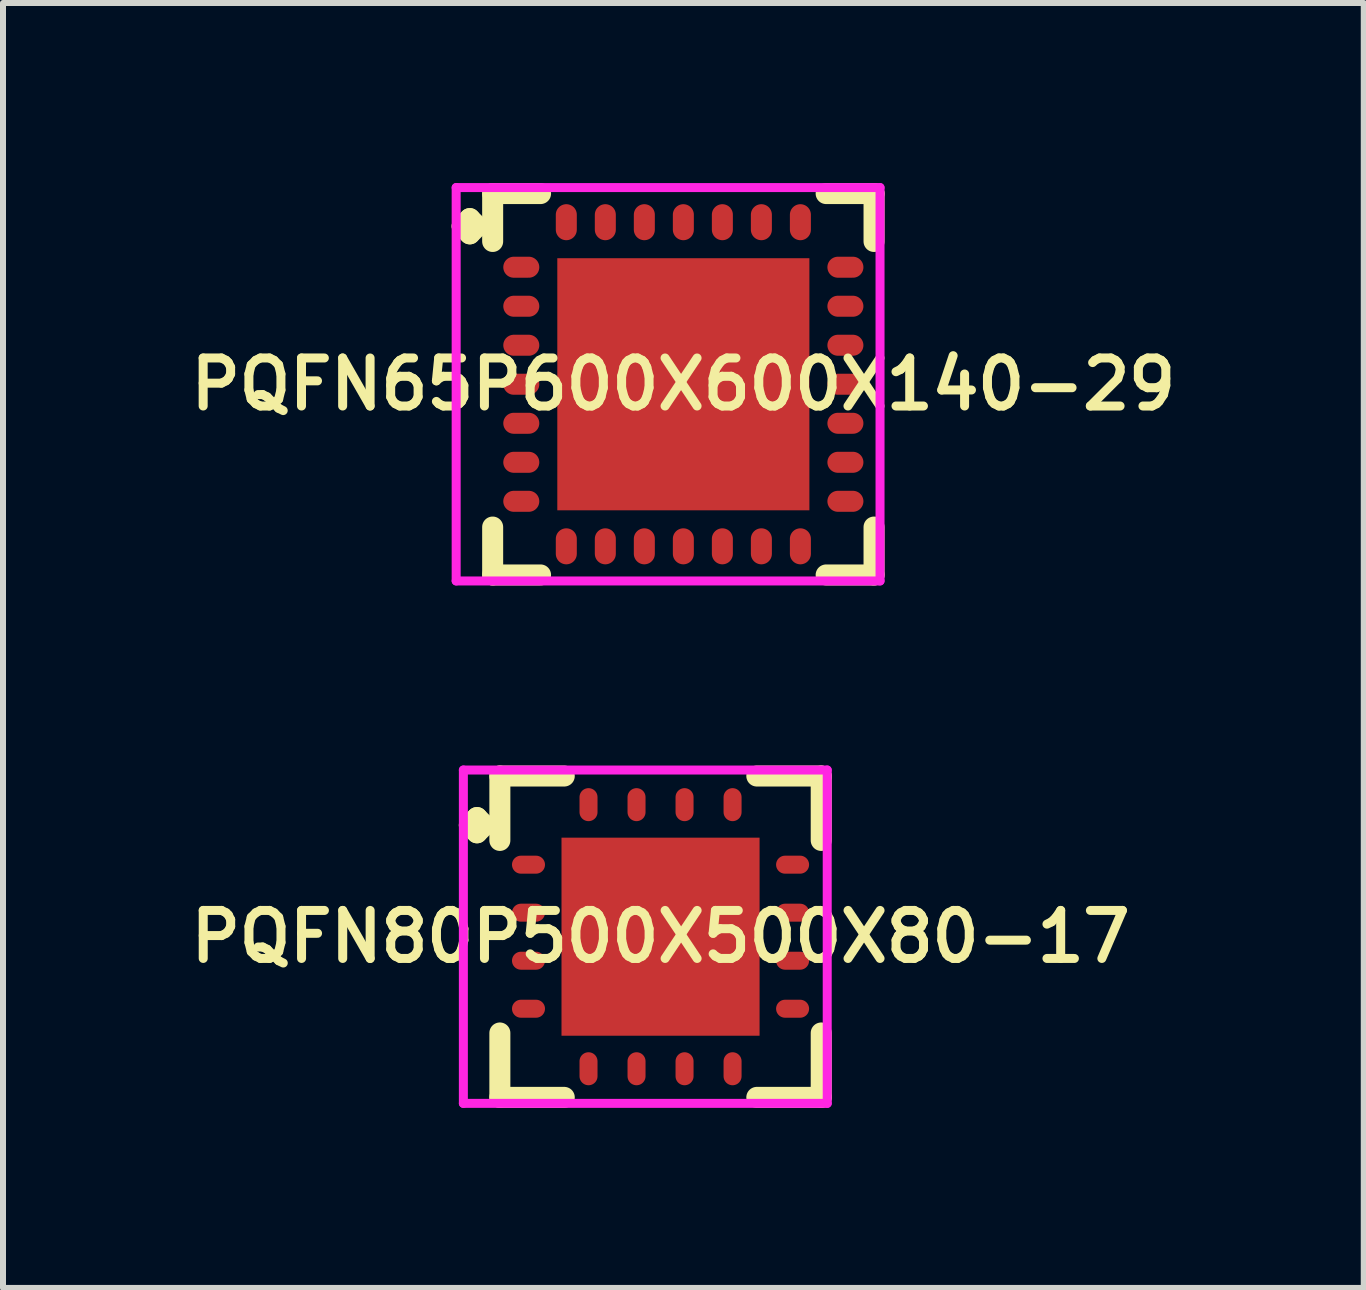
<source format=kicad_pcb>
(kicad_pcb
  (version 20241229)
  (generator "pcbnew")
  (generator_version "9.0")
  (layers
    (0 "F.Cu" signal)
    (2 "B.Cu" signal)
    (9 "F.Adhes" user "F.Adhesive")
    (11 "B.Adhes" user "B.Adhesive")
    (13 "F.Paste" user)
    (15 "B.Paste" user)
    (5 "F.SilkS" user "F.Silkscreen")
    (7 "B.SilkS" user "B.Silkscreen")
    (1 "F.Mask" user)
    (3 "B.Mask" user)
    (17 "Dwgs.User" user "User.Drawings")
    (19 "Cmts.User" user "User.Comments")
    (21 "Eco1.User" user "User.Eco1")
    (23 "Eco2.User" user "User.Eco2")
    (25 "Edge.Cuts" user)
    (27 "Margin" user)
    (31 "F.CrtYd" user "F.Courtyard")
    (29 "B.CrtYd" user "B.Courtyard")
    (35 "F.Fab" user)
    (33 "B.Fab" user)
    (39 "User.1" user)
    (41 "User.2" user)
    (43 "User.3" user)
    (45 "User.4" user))
  (footprint "PQFN80P500X500X80-17"
    (layer "F.Cu")
    (at 7.955 12.556)
    (property "Reference" "PQFN80P500X500X80-17" (at 0 0 0) (layer "F.SilkS") (effects (font (size 0.8 0.8) (thickness 0.15))))
    (attr smd)
    (fp_line (start -3.185 -1.858) (end -3.058 -1.985) (stroke (width 0.35) (type solid)) (layer "F.SilkS"))
    (fp_line (start -3.058 -1.985) (end -2.931 -1.858) (stroke (width 0.35) (type solid)) (layer "F.SilkS"))
    (fp_line (start -3.058 -1.731) (end -3.185 -1.858) (stroke (width 0.35) (type solid)) (layer "F.SilkS"))
    (fp_line (start -2.931 -1.858) (end -3.058 -1.731) (stroke (width 0.35) (type solid)) (layer "F.SilkS"))
    (fp_line (start -2.677 -2.677) (end -1.604 -2.677) (stroke (width 0.35) (type solid)) (layer "F.SilkS"))
    (fp_line (start -2.677 -1.604) (end -2.677 -2.677) (stroke (width 0.35) (type solid)) (layer "F.SilkS"))
    (fp_line (start -2.677 1.604) (end -2.677 2.677) (stroke (width 0.35) (type solid)) (layer "F.SilkS"))
    (fp_line (start -2.677 2.677) (end -1.604 2.677) (stroke (width 0.35) (type solid)) (layer "F.SilkS"))
    (fp_line (start 1.604 -2.677) (end 2.677 -2.677) (stroke (width 0.35) (type solid)) (layer "F.SilkS"))
    (fp_line (start 1.604 2.677) (end 2.677 2.677) (stroke (width 0.35) (type solid)) (layer "F.SilkS"))
    (fp_line (start 2.677 -2.677) (end 2.677 -1.604) (stroke (width 0.35) (type solid)) (layer "F.SilkS"))
    (fp_line (start 2.677 2.677) (end 2.677 1.604) (stroke (width 0.35) (type solid)) (layer "F.SilkS"))
    (fp_line (start -3.285 -2.777) (end 2.777 -2.777) (stroke (width 0.15) (type solid)) (layer "F.CrtYd"))
    (fp_line (start -3.285 2.777) (end -3.285 -2.777) (stroke (width 0.15) (type solid)) (layer "F.CrtYd"))
    (fp_line (start 2.777 -2.777) (end 2.777 2.777) (stroke (width 0.15) (type solid)) (layer "F.CrtYd"))
    (fp_line (start 2.777 2.777) (end -3.285 2.777) (stroke (width 0.15) (type solid)) (layer "F.CrtYd"))
    (pad "1" smd oval (at -2.2 -1.2) (size 0.55 0.3) (layers "F.Cu" "F.Mask" "F.Paste"))
    (pad "2" smd oval (at -2.2 -0.4) (size 0.55 0.3) (layers "F.Cu" "F.Mask" "F.Paste"))
    (pad "3" smd oval (at -2.2 0.4) (size 0.55 0.3) (layers "F.Cu" "F.Mask" "F.Paste"))
    (pad "4" smd oval (at -2.2 1.2) (size 0.55 0.3) (layers "F.Cu" "F.Mask" "F.Paste"))
    (pad "5" smd oval (at -1.2 2.2) (size 0.3 0.55) (layers "F.Cu" "F.Mask" "F.Paste"))
    (pad "6" smd oval (at -0.4 2.2) (size 0.3 0.55) (layers "F.Cu" "F.Mask" "F.Paste"))
    (pad "7" smd oval (at 0.4 2.2) (size 0.3 0.55) (layers "F.Cu" "F.Mask" "F.Paste"))
    (pad "8" smd oval (at 1.2 2.2) (size 0.3 0.55) (layers "F.Cu" "F.Mask" "F.Paste"))
    (pad "9" smd oval (at 2.2 1.2) (size 0.55 0.3) (layers "F.Cu" "F.Mask" "F.Paste"))
    (pad "10" smd oval (at 2.2 0.4) (size 0.55 0.3) (layers "F.Cu" "F.Mask" "F.Paste"))
    (pad "11" smd oval (at 2.2 -0.4) (size 0.55 0.3) (layers "F.Cu" "F.Mask" "F.Paste"))
    (pad "12" smd oval (at 2.2 -1.2) (size 0.55 0.3) (layers "F.Cu" "F.Mask" "F.Paste"))
    (pad "13" smd oval (at 1.2 -2.2) (size 0.3 0.55) (layers "F.Cu" "F.Mask" "F.Paste"))
    (pad "14" smd oval (at 0.4 -2.2) (size 0.3 0.55) (layers "F.Cu" "F.Mask" "F.Paste"))
    (pad "15" smd oval (at -0.4 -2.2) (size 0.3 0.55) (layers "F.Cu" "F.Mask" "F.Paste"))
    (pad "16" smd oval (at -1.2 -2.2) (size 0.3 0.55) (layers "F.Cu" "F.Mask" "F.Paste"))
    (pad "17" smd rect (at 0 0) (size 3.3 3.3) (layers "F.Cu" "F.Mask" "F.Paste")))
  (footprint "PQFN65P600X600X140-29"
    (layer "F.Cu")
    (at 8.335 3.352)
    (property "Reference" "PQFN65P600X600X140-29" (at 0 0 0) (layer "F.SilkS") (effects (font (size 0.8 0.8) (thickness 0.15))))
    (attr smd)
    (fp_line (start -3.685 -2.633) (end -3.558 -2.76) (stroke (width 0.35) (type solid)) (layer "F.SilkS"))
    (fp_line (start -3.558 -2.76) (end -3.431 -2.633) (stroke (width 0.35) (type solid)) (layer "F.SilkS"))
    (fp_line (start -3.558 -2.506) (end -3.685 -2.633) (stroke (width 0.35) (type solid)) (layer "F.SilkS"))
    (fp_line (start -3.431 -2.633) (end -3.558 -2.506) (stroke (width 0.35) (type solid)) (layer "F.SilkS"))
    (fp_line (start -3.177 -3.177) (end -2.379 -3.177) (stroke (width 0.35) (type solid)) (layer "F.SilkS"))
    (fp_line (start -3.177 -2.379) (end -3.177 -3.177) (stroke (width 0.35) (type solid)) (layer "F.SilkS"))
    (fp_line (start -3.177 2.379) (end -3.177 3.177) (stroke (width 0.35) (type solid)) (layer "F.SilkS"))
    (fp_line (start -3.177 3.177) (end -2.379 3.177) (stroke (width 0.35) (type solid)) (layer "F.SilkS"))
    (fp_line (start 2.379 -3.177) (end 3.177 -3.177) (stroke (width 0.35) (type solid)) (layer "F.SilkS"))
    (fp_line (start 2.379 3.177) (end 3.177 3.177) (stroke (width 0.35) (type solid)) (layer "F.SilkS"))
    (fp_line (start 3.177 -3.177) (end 3.177 -2.379) (stroke (width 0.35) (type solid)) (layer "F.SilkS"))
    (fp_line (start 3.177 3.177) (end 3.177 2.379) (stroke (width 0.35) (type solid)) (layer "F.SilkS"))
    (fp_line (start -3.785 -3.277) (end 3.277 -3.277) (stroke (width 0.15) (type solid)) (layer "F.CrtYd"))
    (fp_line (start -3.785 3.277) (end -3.785 -3.277) (stroke (width 0.15) (type solid)) (layer "F.CrtYd"))
    (fp_line (start 3.277 -3.277) (end 3.277 3.277) (stroke (width 0.15) (type solid)) (layer "F.CrtYd"))
    (fp_line (start 3.277 3.277) (end -3.785 3.277) (stroke (width 0.15) (type solid)) (layer "F.CrtYd"))
    (pad "1" smd oval (at -2.7 -1.95) (size 0.6 0.35) (layers "F.Cu" "F.Mask" "F.Paste"))
    (pad "2" smd oval (at -2.7 -1.3) (size 0.6 0.35) (layers "F.Cu" "F.Mask" "F.Paste"))
    (pad "3" smd oval (at -2.7 -0.65) (size 0.6 0.35) (layers "F.Cu" "F.Mask" "F.Paste"))
    (pad "4" smd oval (at -2.7 0) (size 0.6 0.35) (layers "F.Cu" "F.Mask" "F.Paste"))
    (pad "5" smd oval (at -2.7 0.65) (size 0.6 0.35) (layers "F.Cu" "F.Mask" "F.Paste"))
    (pad "6" smd oval (at -2.7 1.3) (size 0.6 0.35) (layers "F.Cu" "F.Mask" "F.Paste"))
    (pad "7" smd oval (at -2.7 1.95) (size 0.6 0.35) (layers "F.Cu" "F.Mask" "F.Paste"))
    (pad "8" smd oval (at -1.95 2.7) (size 0.35 0.6) (layers "F.Cu" "F.Mask" "F.Paste"))
    (pad "9" smd oval (at -1.3 2.7) (size 0.35 0.6) (layers "F.Cu" "F.Mask" "F.Paste"))
    (pad "10" smd oval (at -0.65 2.7) (size 0.35 0.6) (layers "F.Cu" "F.Mask" "F.Paste"))
    (pad "11" smd oval (at 0 2.7) (size 0.35 0.6) (layers "F.Cu" "F.Mask" "F.Paste"))
    (pad "12" smd oval (at 0.65 2.7) (size 0.35 0.6) (layers "F.Cu" "F.Mask" "F.Paste"))
    (pad "13" smd oval (at 1.3 2.7) (size 0.35 0.6) (layers "F.Cu" "F.Mask" "F.Paste"))
    (pad "14" smd oval (at 1.95 2.7) (size 0.35 0.6) (layers "F.Cu" "F.Mask" "F.Paste"))
    (pad "15" smd oval (at 2.7 1.95) (size 0.6 0.35) (layers "F.Cu" "F.Mask" "F.Paste"))
    (pad "16" smd oval (at 2.7 1.3) (size 0.6 0.35) (layers "F.Cu" "F.Mask" "F.Paste"))
    (pad "17" smd oval (at 2.7 0.65) (size 0.6 0.35) (layers "F.Cu" "F.Mask" "F.Paste"))
    (pad "18" smd oval (at 2.7 0) (size 0.6 0.35) (layers "F.Cu" "F.Mask" "F.Paste"))
    (pad "19" smd oval (at 2.7 -0.65) (size 0.6 0.35) (layers "F.Cu" "F.Mask" "F.Paste"))
    (pad "20" smd oval (at 2.7 -1.3) (size 0.6 0.35) (layers "F.Cu" "F.Mask" "F.Paste"))
    (pad "21" smd oval (at 2.7 -1.95) (size 0.6 0.35) (layers "F.Cu" "F.Mask" "F.Paste"))
    (pad "22" smd oval (at 1.95 -2.7) (size 0.35 0.6) (layers "F.Cu" "F.Mask" "F.Paste"))
    (pad "23" smd oval (at 1.3 -2.7) (size 0.35 0.6) (layers "F.Cu" "F.Mask" "F.Paste"))
    (pad "24" smd oval (at 0.65 -2.7) (size 0.35 0.6) (layers "F.Cu" "F.Mask" "F.Paste"))
    (pad "25" smd oval (at 0 -2.7) (size 0.35 0.6) (layers "F.Cu" "F.Mask" "F.Paste"))
    (pad "26" smd oval (at -0.65 -2.7) (size 0.35 0.6) (layers "F.Cu" "F.Mask" "F.Paste"))
    (pad "27" smd oval (at -1.3 -2.7) (size 0.35 0.6) (layers "F.Cu" "F.Mask" "F.Paste"))
    (pad "28" smd oval (at -1.95 -2.7) (size 0.35 0.6) (layers "F.Cu" "F.Mask" "F.Paste"))
    (pad "29" smd rect (at 0 0) (size 4.2 4.2) (layers "F.Cu" "F.Mask" "F.Paste")))
  (gr_rect
    (start -3 -3)
    (end 19.671 18.408)
    (stroke (width 0.1) (type default))
    (fill no)
    (layer "Edge.Cuts")))
</source>
